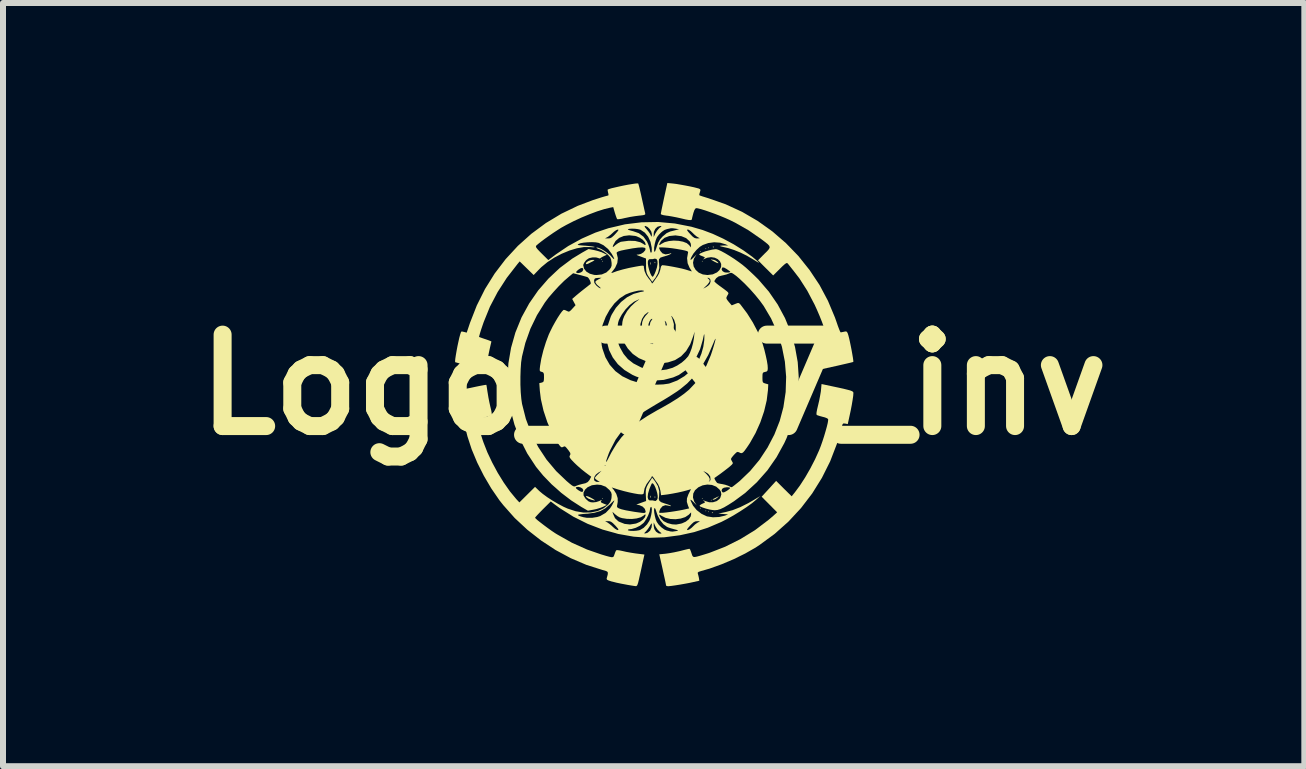
<source format=kicad_pcb>
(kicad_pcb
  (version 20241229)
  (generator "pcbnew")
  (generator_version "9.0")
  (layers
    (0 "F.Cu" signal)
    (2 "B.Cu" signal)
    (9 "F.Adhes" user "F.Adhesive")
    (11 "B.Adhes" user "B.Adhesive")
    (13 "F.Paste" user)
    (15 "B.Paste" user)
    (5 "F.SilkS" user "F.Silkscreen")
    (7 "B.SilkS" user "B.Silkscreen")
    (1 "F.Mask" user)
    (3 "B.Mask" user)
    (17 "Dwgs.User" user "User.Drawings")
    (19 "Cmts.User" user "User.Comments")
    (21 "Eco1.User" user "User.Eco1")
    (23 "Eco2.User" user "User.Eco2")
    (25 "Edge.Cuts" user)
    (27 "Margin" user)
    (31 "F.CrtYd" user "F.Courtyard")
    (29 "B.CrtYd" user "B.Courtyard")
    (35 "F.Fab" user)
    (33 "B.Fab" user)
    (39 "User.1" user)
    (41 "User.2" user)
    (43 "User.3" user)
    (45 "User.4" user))
  (footprint "Logo_7x7_inv"
    (layer "F.Cu")
    (at 7.845 3.362)
    (property "Reference" "Logo_7x7_inv" (at 0 0 0) (layer "F.SilkS") (effects (font (size 1.524 1.524) (thickness 0.3))))
    (attr board_only exclude_from_pos_files exclude_from_bom)
    (fp_poly (pts (xy -0.862 -2.088) (xy -0.869 -2.081) (xy -0.877 -2.088) (xy -0.869 -2.096)) (stroke (width 0) (type solid)) (fill yes) (layer "F.SilkS"))
    (fp_poly (pts (xy -0.847 -2.058) (xy -0.855 -2.051) (xy -0.862 -2.058) (xy -0.855 -2.066)) (stroke (width 0) (type solid)) (fill yes) (layer "F.SilkS"))
    (fp_poly (pts (xy -0.847 1.895) (xy -0.855 1.902) (xy -0.862 1.895) (xy -0.855 1.888)) (stroke (width 0) (type solid)) (fill yes) (layer "F.SilkS"))
    (fp_poly (pts (xy 0.788 -2.222) (xy 0.78 -2.215) (xy 0.773 -2.222) (xy 0.78 -2.229)) (stroke (width 0) (type solid)) (fill yes) (layer "F.SilkS"))
    (fp_poly (pts (xy 0.788 2.058) (xy 0.78 2.066) (xy 0.773 2.058) (xy 0.78 2.051)) (stroke (width 0) (type solid)) (fill yes) (layer "F.SilkS"))
    (fp_poly (pts (xy 0.817 -2.058) (xy 0.81 -2.051) (xy 0.803 -2.058) (xy 0.81 -2.066)) (stroke (width 0) (type solid)) (fill yes) (layer "F.SilkS"))
    (fp_poly (pts (xy 0.817 1.895) (xy 0.81 1.902) (xy 0.803 1.895) (xy 0.81 1.888)) (stroke (width 0) (type solid)) (fill yes) (layer "F.SilkS"))
    (fp_poly (pts (xy 0.877 -2.267) (xy 0.869 -2.259) (xy 0.862 -2.267) (xy 0.869 -2.274)) (stroke (width 0) (type solid)) (fill yes) (layer "F.SilkS"))
    (fp_poly (pts (xy 0.877 2.103) (xy 0.869 2.11) (xy 0.862 2.103) (xy 0.869 2.096)) (stroke (width 0) (type solid)) (fill yes) (layer "F.SilkS"))
    (fp_poly (pts (xy 0.921 -2.281) (xy 0.914 -2.274) (xy 0.907 -2.281) (xy 0.914 -2.289)) (stroke (width 0) (type solid)) (fill yes) (layer "F.SilkS"))
    (fp_poly (pts (xy 0.921 2.118) (xy 0.914 2.125) (xy 0.907 2.118) (xy 0.914 2.11)) (stroke (width 0) (type solid)) (fill yes) (layer "F.SilkS"))
    (fp_poly (pts (xy 0.966 1.925) (xy 0.959 1.932) (xy 0.951 1.925) (xy 0.959 1.917)) (stroke (width 0) (type solid)) (fill yes) (layer "F.SilkS"))
    (fp_poly (pts (xy -0.05 -2.04) (xy -0.048 -2.009) (xy -0.05 -2.003) (xy -0.055 -2.001) (xy -0.057 -2.021) (xy -0.055 -2.042)) (stroke (width 0) (type solid)) (fill yes) (layer "F.SilkS"))
    (fp_poly (pts (xy -0.049 1.855) (xy -0.048 1.878) (xy -0.05 1.884) (xy -0.057 1.879) (xy -0.058 1.864) (xy -0.055 1.848)) (stroke (width 0) (type solid)) (fill yes) (layer "F.SilkS"))
    (fp_poly (pts (xy 0.025 -2.046) (xy 0.027 -2.028) (xy 0.025 -2.026) (xy 0.016 -2.028) (xy 0.015 -2.036) (xy 0.02 -2.048)) (stroke (width 0) (type solid)) (fill yes) (layer "F.SilkS"))
    (fp_poly (pts (xy 0.025 1.863) (xy 0.027 1.88) (xy 0.025 1.883) (xy 0.016 1.881) (xy 0.015 1.873) (xy 0.02 1.86)) (stroke (width 0) (type solid)) (fill yes) (layer "F.SilkS"))
    (fp_poly (pts (xy 0.991 2.13) (xy 0.989 2.139) (xy 0.981 2.14) (xy 0.969 2.135) (xy 0.971 2.13) (xy 0.989 2.129)) (stroke (width 0) (type solid)) (fill yes) (layer "F.SilkS"))
    (fp_poly (pts (xy 1.006 -2.299) (xy 1.004 -2.29) (xy 0.996 -2.289) (xy 0.984 -2.294) (xy 0.986 -2.299) (xy 1.004 -2.301)) (stroke (width 0) (type solid)) (fill yes) (layer "F.SilkS"))
    (fp_poly (pts (xy 1.057 1.887) (xy 1.025 1.909) (xy 0.999 1.917) (xy 0.982 1.914) (xy 0.982 1.912) (xy 0.998 1.902) (xy 1.031 1.886) (xy 1.04 1.881) (xy 1.092 1.856)) (stroke (width 0) (type solid)) (fill yes) (layer "F.SilkS"))
    (fp_poly (pts (xy -0.993 -2.079) (xy -0.988 -2.074) (xy -1.006 -2.062) (xy -1.04 -2.044) (xy -1.088 -2.019) (xy -1.115 -2.009) (xy -1.127 -2.011) (xy -1.13 -2.02) (xy -1.117 -2.043) (xy -1.085 -2.063) (xy -1.044 -2.077) (xy -1.018 -2.08)) (stroke (width 0) (type solid)) (fill yes) (layer "F.SilkS"))
    (fp_poly (pts (xy 0.956 -2.089) (xy 0.99 -2.082) (xy 1.003 -2.081) (xy 1.027 -2.072) (xy 1.057 -2.052) (xy 1.079 -2.03) (xy 1.077 -2.024) (xy 1.053 -2.031) (xy 1.01 -2.052) (xy 0.996 -2.06) (xy 0.964 -2.079) (xy 0.951 -2.089)) (stroke (width 0) (type solid)) (fill yes) (layer "F.SilkS"))
    (fp_poly (pts (xy -1.087 1.865) (xy -1.055 1.88) (xy -1.015 1.902) (xy -0.988 1.919) (xy -0.981 1.925) (xy -0.985 1.931) (xy -1 1.927) (xy -1.033 1.919) (xy -1.037 1.918) (xy -1.085 1.9) (xy -1.118 1.877) (xy -1.13 1.856) (xy -1.118 1.855)) (stroke (width 0) (type solid)) (fill yes) (layer "F.SilkS"))
    (fp_poly (pts (xy 2.963 0.024) (xy 3.076 0.048) (xy 3.163 0.067) (xy 3.227 0.083) (xy 3.273 0.095) (xy 3.302 0.106) (xy 3.319 0.116) (xy 3.327 0.126) (xy 3.329 0.137) (xy 3.329 0.139) (xy 3.326 0.185) (xy 3.316 0.253) (xy 3.302 0.337) (xy 3.284 0.431) (xy 3.267 0.51) (xy 3.235 0.657) (xy 3.193 0.648) (xy 3.162 0.646) (xy 3.147 0.662) (xy 3.142 0.68) (xy 3.054 0.986) (xy 2.942 1.277) (xy 2.804 1.553) (xy 2.642 1.813) (xy 2.456 2.056) (xy 2.247 2.281) (xy 2.017 2.486) (xy 1.765 2.671) (xy 1.697 2.716) (xy 1.525 2.814) (xy 1.334 2.908) (xy 1.133 2.993) (xy 0.933 3.065) (xy 0.79 3.106) (xy 0.75 3.119) (xy 0.734 3.133) (xy 0.736 3.148) (xy 0.745 3.181) (xy 0.754 3.22) (xy 0.761 3.267) (xy 0.659 3.29) (xy 0.594 3.304) (xy 0.519 3.318) (xy 0.439 3.332) (xy 0.364 3.344) (xy 0.3 3.353) (xy 0.254 3.358) (xy 0.242 3.359) (xy 0.215 3.355) (xy 0.208 3.348) (xy 0.204 3.33) (xy 0.196 3.289) (xy 0.183 3.228) (xy 0.166 3.153) (xy 0.151 3.082) (xy 0.094 2.827) (xy 0.199 2.817) (xy 0.262 2.808) (xy 0.34 2.794) (xy 0.419 2.777) (xy 0.445 2.771) (xy 0.506 2.755) (xy 0.556 2.743) (xy 0.589 2.736) (xy 0.597 2.735) (xy 0.608 2.748) (xy 0.621 2.781) (xy 0.629 2.805) (xy 0.643 2.847) (xy 0.657 2.867) (xy 0.677 2.872) (xy 0.692 2.871) (xy 0.722 2.865) (xy 0.773 2.851) (xy 0.839 2.831) (xy 0.913 2.808) (xy 0.934 2.801) (xy 1.191 2.701) (xy 1.443 2.575) (xy 1.686 2.426) (xy 1.912 2.255) (xy 1.992 2.187) (xy 2.058 2.127) (xy 1.929 1.997) (xy 1.8 1.867) (xy 1.921 1.735) (xy 2.041 1.603) (xy 2.17 1.732) (xy 2.3 1.86) (xy 2.352 1.796) (xy 2.438 1.68) (xy 2.526 1.544) (xy 2.611 1.396) (xy 2.69 1.243) (xy 2.757 1.095) (xy 2.786 1.021) (xy 2.814 0.941) (xy 2.841 0.858) (xy 2.865 0.776) (xy 2.886 0.701) (xy 2.901 0.639) (xy 2.908 0.594) (xy 2.908 0.574) (xy 2.891 0.56) (xy 2.854 0.545) (xy 2.819 0.536) (xy 2.771 0.523) (xy 2.734 0.511) (xy 2.72 0.505) (xy 2.713 0.492) (xy 2.715 0.46) (xy 2.725 0.408) (xy 2.741 0.341) (xy 2.759 0.264) (xy 2.774 0.185) (xy 2.786 0.116) (xy 2.789 0.088) (xy 2.798 -0.011)) (stroke (width 0) (type solid)) (fill yes) (layer "F.SilkS"))
    (fp_poly (pts (xy 0.322 -3.353) (xy 0.378 -3.346) (xy 0.449 -3.334) (xy 0.527 -3.32) (xy 0.605 -3.305) (xy 0.674 -3.29) (xy 0.728 -3.276) (xy 0.754 -3.269) (xy 0.775 -3.257) (xy 0.779 -3.238) (xy 0.771 -3.21) (xy 0.761 -3.177) (xy 0.761 -3.158) (xy 0.761 -3.158) (xy 0.777 -3.151) (xy 0.815 -3.138) (xy 0.87 -3.121) (xy 0.915 -3.107) (xy 1.2 -3.007) (xy 1.474 -2.881) (xy 1.733 -2.73) (xy 1.977 -2.556) (xy 2.203 -2.361) (xy 2.411 -2.146) (xy 2.598 -1.912) (xy 2.764 -1.663) (xy 2.905 -1.398) (xy 3.022 -1.119) (xy 3.047 -1.048) (xy 3.07 -0.981) (xy 3.091 -0.925) (xy 3.107 -0.887) (xy 3.117 -0.872) (xy 3.117 -0.872) (xy 3.139 -0.876) (xy 3.174 -0.883) (xy 3.176 -0.884) (xy 3.203 -0.888) (xy 3.22 -0.882) (xy 3.233 -0.86) (xy 3.247 -0.816) (xy 3.247 -0.815) (xy 3.258 -0.773) (xy 3.271 -0.715) (xy 3.285 -0.647) (xy 3.299 -0.576) (xy 3.311 -0.508) (xy 3.321 -0.449) (xy 3.327 -0.405) (xy 3.328 -0.382) (xy 3.327 -0.38) (xy 3.312 -0.375) (xy 3.272 -0.365) (xy 3.212 -0.351) (xy 3.138 -0.334) (xy 3.06 -0.316) (xy 2.798 -0.258) (xy 2.788 -0.363) (xy 2.78 -0.429) (xy 2.766 -0.509) (xy 2.751 -0.587) (xy 2.748 -0.599) (xy 2.735 -0.657) (xy 2.726 -0.703) (xy 2.722 -0.73) (xy 2.722 -0.734) (xy 2.738 -0.74) (xy 2.773 -0.751) (xy 2.802 -0.76) (xy 2.845 -0.774) (xy 2.866 -0.788) (xy 2.872 -0.807) (xy 2.871 -0.826) (xy 2.86 -0.88) (xy 2.838 -0.955) (xy 2.806 -1.045) (xy 2.766 -1.145) (xy 2.721 -1.25) (xy 2.682 -1.335) (xy 2.56 -1.567) (xy 2.428 -1.773) (xy 2.335 -1.894) (xy 2.296 -1.943) (xy 2.262 -1.986) (xy 2.239 -2.015) (xy 2.234 -2.021) (xy 2.223 -2.028) (xy 2.208 -2.025) (xy 2.183 -2.007) (xy 2.145 -1.973) (xy 2.104 -1.932) (xy 1.992 -1.821) (xy 1.865 -1.947) (xy 1.739 -2.073) (xy 1.845 -2.18) (xy 1.892 -2.226) (xy 1.921 -2.26) (xy 1.934 -2.287) (xy 1.928 -2.313) (xy 1.902 -2.342) (xy 1.855 -2.38) (xy 1.794 -2.426) (xy 1.582 -2.573) (xy 1.355 -2.702) (xy 1.266 -2.746) (xy 1.194 -2.778) (xy 1.112 -2.812) (xy 1.025 -2.846) (xy 0.939 -2.877) (xy 0.858 -2.905) (xy 0.79 -2.926) (xy 0.738 -2.939) (xy 0.714 -2.943) (xy 0.694 -2.935) (xy 0.678 -2.908) (xy 0.662 -2.862) (xy 0.65 -2.816) (xy 0.641 -2.78) (xy 0.639 -2.767) (xy 0.635 -2.751) (xy 0.618 -2.744) (xy 0.586 -2.745) (xy 0.534 -2.754) (xy 0.458 -2.772) (xy 0.382 -2.789) (xy 0.305 -2.804) (xy 0.239 -2.815) (xy 0.212 -2.818) (xy 0.162 -2.826) (xy 0.129 -2.836) (xy 0.119 -2.845) (xy 0.122 -2.864) (xy 0.13 -2.907) (xy 0.143 -2.969) (xy 0.159 -3.045) (xy 0.173 -3.112) (xy 0.228 -3.362)) (stroke (width 0) (type solid)) (fill yes) (layer "F.SilkS"))
    (fp_poly (pts (xy -0.257 -3.353) (xy -0.252 -3.337) (xy -0.241 -3.297) (xy -0.227 -3.238) (xy -0.21 -3.166) (xy -0.2 -3.119) (xy -0.182 -3.038) (xy -0.166 -2.966) (xy -0.153 -2.907) (xy -0.144 -2.869) (xy -0.142 -2.859) (xy -0.14 -2.843) (xy -0.149 -2.833) (xy -0.174 -2.826) (xy -0.221 -2.82) (xy -0.242 -2.818) (xy -0.312 -2.809) (xy -0.393 -2.796) (xy -0.469 -2.78) (xy -0.475 -2.779) (xy -0.532 -2.766) (xy -0.578 -2.759) (xy -0.605 -2.759) (xy -0.609 -2.76) (xy -0.618 -2.78) (xy -0.632 -2.819) (xy -0.647 -2.866) (xy -0.674 -2.96) (xy -0.727 -2.95) (xy -0.825 -2.926) (xy -0.942 -2.889) (xy -1.07 -2.841) (xy -1.203 -2.786) (xy -1.335 -2.725) (xy -1.458 -2.662) (xy -1.544 -2.614) (xy -1.605 -2.575) (xy -1.674 -2.53) (xy -1.746 -2.48) (xy -1.815 -2.431) (xy -1.876 -2.385) (xy -1.924 -2.347) (xy -1.954 -2.321) (xy -1.958 -2.317) (xy -1.963 -2.303) (xy -1.956 -2.284) (xy -1.934 -2.256) (xy -1.895 -2.215) (xy -1.866 -2.186) (xy -1.756 -2.077) (xy -1.627 -2.174) (xy -1.424 -2.311) (xy -1.202 -2.433) (xy -1.189 -2.439) (xy -0.81 -2.439) (xy -0.759 -2.438) (xy -0.727 -2.441) (xy -0.698 -2.456) (xy -0.663 -2.487) (xy -0.639 -2.512) (xy -0.604 -2.552) (xy -0.588 -2.575) (xy -0.59 -2.585) (xy -0.599 -2.586) (xy -0.625 -2.576) (xy -0.661 -2.551) (xy -0.68 -2.533) (xy -0.72 -2.497) (xy -0.758 -2.468) (xy -0.771 -2.46) (xy -0.81 -2.439) (xy -1.189 -2.439) (xy -0.971 -2.535) (xy -0.811 -2.589) (xy -0.431 -2.589) (xy -0.418 -2.58) (xy -0.383 -2.569) (xy -0.341 -2.558) (xy -0.247 -2.525) (xy -0.17 -2.467) (xy -0.112 -2.387) (xy -0.09 -2.339) (xy -0.073 -2.289) (xy -0.062 -2.247) (xy -0.059 -2.229) (xy -0.052 -2.205) (xy -0.043 -2.2) (xy -0.033 -2.212) (xy -0.032 -2.24) (xy 0.007 -2.24) (xy 0.009 -2.223) (xy 0.017 -2.214) (xy 0.026 -2.227) (xy 0.04 -2.265) (xy 0.05 -2.296) (xy 0.061 -2.328) (xy 0.092 -2.328) (xy 0.108 -2.332) (xy 0.127 -2.346) (xy 0.183 -2.376) (xy 0.254 -2.394) (xy 0.333 -2.402) (xy 0.414 -2.398) (xy 0.489 -2.384) (xy 0.551 -2.36) (xy 0.592 -2.326) (xy 0.597 -2.319) (xy 0.617 -2.288) (xy 0.622 -2.32) (xy 0.617 -2.355) (xy 0.599 -2.39) (xy 0.541 -2.443) (xy 0.463 -2.475) (xy 0.367 -2.488) (xy 0.357 -2.488) (xy 0.26 -2.478) (xy 0.183 -2.449) (xy 0.128 -2.402) (xy 0.117 -2.387) (xy 0.095 -2.346) (xy 0.092 -2.328) (xy 0.061 -2.328) (xy 0.075 -2.367) (xy 0.107 -2.422) (xy 0.148 -2.469) (xy 0.216 -2.526) (xy 0.275 -2.553) (xy 0.326 -2.566) (xy 0.373 -2.578) (xy 0.379 -2.58) (xy 0.391 -2.583) (xy 0.557 -2.583) (xy 0.56 -2.569) (xy 0.581 -2.542) (xy 0.608 -2.512) (xy 0.647 -2.471) (xy 0.677 -2.448) (xy 0.706 -2.439) (xy 0.728 -2.438) (xy 0.761 -2.44) (xy 0.766 -2.443) (xy 0.748 -2.452) (xy 0.744 -2.454) (xy 0.713 -2.473) (xy 0.674 -2.506) (xy 0.653 -2.527) (xy 0.618 -2.56) (xy 0.585 -2.582) (xy 0.57 -2.586) (xy 0.557 -2.583) (xy 0.391 -2.583) (xy 0.424 -2.591) (xy 0.366 -2.601) (xy 0.322 -2.607) (xy 0.288 -2.608) (xy 0.284 -2.607) (xy 0.224 -2.594) (xy 0.183 -2.58) (xy 0.149 -2.558) (xy 0.126 -2.539) (xy 0.088 -2.501) (xy 0.058 -2.462) (xy 0.051 -2.45) (xy 0.033 -2.403) (xy 0.018 -2.345) (xy 0.008 -2.287) (xy 0.007 -2.24) (xy -0.032 -2.24) (xy -0.031 -2.25) (xy -0.033 -2.286) (xy -0.053 -2.381) (xy -0.092 -2.466) (xy -0.147 -2.534) (xy -0.214 -2.579) (xy -0.228 -2.585) (xy -0.262 -2.593) (xy -0.308 -2.599) (xy -0.357 -2.601) (xy -0.399 -2.599) (xy -0.426 -2.594) (xy -0.431 -2.589) (xy -0.811 -2.589) (xy -0.754 -2.608) (xy -0.617 -2.64) (xy -0.152 -2.64) (xy -0.143 -2.622) (xy -0.115 -2.588) (xy -0.083 -2.548) (xy -0.059 -2.512) (xy -0.053 -2.499) (xy -0.041 -2.471) (xy -0.033 -2.473) (xy -0.03 -2.504) (xy -0.03 -2.513) (xy -0.031 -2.516) (xy 0.000327 -2.516) (xy 0.001 -2.46) (xy 0.028 -2.52) (xy 0.056 -2.566) (xy 0.09 -2.606) (xy 0.098 -2.613) (xy 0.125 -2.634) (xy 0.13 -2.643) (xy 0.113 -2.645) (xy 0.107 -2.645) (xy 0.063 -2.632) (xy 0.027 -2.597) (xy 0.004 -2.549) (xy 0.000327 -2.516) (xy -0.031 -2.516) (xy -0.04 -2.553) (xy -0.067 -2.595) (xy -0.102 -2.629) (xy -0.137 -2.645) (xy -0.142 -2.646) (xy -0.152 -2.64) (xy -0.617 -2.64) (xy -0.478 -2.673) (xy -0.201 -2.707) (xy 0.076 -2.712) (xy 0.353 -2.687) (xy 0.628 -2.633) (xy 0.817 -2.578) (xy 0.986 -2.514) (xy 1.161 -2.433) (xy 1.334 -2.34) (xy 1.497 -2.238) (xy 1.644 -2.132) (xy 1.711 -2.076) (xy 1.743 -2.047) (xy 1.755 -2.033) (xy 1.746 -2.035) (xy 1.715 -2.053) (xy 1.66 -2.087) (xy 1.65 -2.093) (xy 1.553 -2.15) (xy 1.447 -2.202) (xy 1.341 -2.245) (xy 1.246 -2.276) (xy 1.215 -2.283) (xy 1.162 -2.295) (xy 1.122 -2.305) (xy 1.102 -2.312) (xy 1.101 -2.312) (xy 1.111 -2.316) (xy 1.142 -2.319) (xy 1.168 -2.32) (xy 1.241 -2.321) (xy 1.196 -2.341) (xy 1.107 -2.367) (xy 1.008 -2.374) (xy 0.91 -2.361) (xy 0.82 -2.329) (xy 0.769 -2.298) (xy 0.713 -2.246) (xy 0.662 -2.185) (xy 0.626 -2.123) (xy 0.616 -2.096) (xy 0.614 -2.081) (xy 0.624 -2.083) (xy 0.648 -2.104) (xy 0.678 -2.134) (xy 0.707 -2.163) (xy 0.719 -2.175) (xy 0.713 -2.167) (xy 0.708 -2.161) (xy 0.669 -2.098) (xy 0.656 -2.033) (xy 0.667 -1.97) (xy 0.7 -1.914) (xy 0.751 -1.868) (xy 0.819 -1.838) (xy 0.896 -1.828) (xy 0.985 -1.839) (xy 1.056 -1.872) (xy 1.097 -1.91) (xy 1.104 -1.924) (xy 1.132 -1.924) (xy 1.146 -1.895) (xy 1.176 -1.875) (xy 1.206 -1.869) (xy 1.241 -1.869) (xy 1.269 -1.874) (xy 1.278 -1.882) (xy 1.267 -1.892) (xy 1.238 -1.913) (xy 1.218 -1.927) (xy 1.176 -1.951) (xy 1.15 -1.955) (xy 1.142 -1.95) (xy 1.132 -1.924) (xy 1.104 -1.924) (xy 1.124 -1.962) (xy 1.125 -2.012) (xy 1.105 -2.057) (xy 1.068 -2.093) (xy 1.017 -2.117) (xy 0.957 -2.126) (xy 0.892 -2.116) (xy 0.858 -2.102) (xy 0.829 -2.089) (xy 0.825 -2.09) (xy 0.837 -2.101) (xy 0.852 -2.116) (xy 0.848 -2.126) (xy 0.819 -2.139) (xy 0.811 -2.142) (xy 0.777 -2.156) (xy 0.759 -2.169) (xy 0.758 -2.171) (xy 0.771 -2.185) (xy 0.807 -2.202) (xy 0.857 -2.221) (xy 0.915 -2.237) (xy 0.974 -2.251) (xy 1.025 -2.258) (xy 1.042 -2.259) (xy 1.074 -2.25) (xy 1.125 -2.227) (xy 1.19 -2.192) (xy 1.265 -2.147) (xy 1.343 -2.097) (xy 1.421 -2.042) (xy 1.479 -1.999) (xy 1.536 -1.952) (xy 1.604 -1.89) (xy 1.676 -1.822) (xy 1.743 -1.756) (xy 1.748 -1.751) (xy 1.92 -1.551) (xy 2.067 -1.337) (xy 2.189 -1.11) (xy 2.286 -0.873) (xy 2.356 -0.628) (xy 2.401 -0.377) (xy 2.418 -0.123) (xy 2.409 0.134) (xy 2.373 0.389) (xy 2.309 0.641) (xy 2.216 0.889) (xy 2.177 0.974) (xy 2.048 1.209) (xy 1.896 1.427) (xy 1.72 1.626) (xy 1.525 1.805) (xy 1.338 1.943) (xy 1.246 2.002) (xy 1.173 2.045) (xy 1.113 2.073) (xy 1.063 2.088) (xy 1.017 2.092) (xy 0.989 2.09) (xy 0.933 2.081) (xy 0.874 2.066) (xy 0.821 2.049) (xy 0.781 2.033) (xy 0.765 2.02) (xy 0.772 2.007) (xy 0.799 1.99) (xy 0.812 1.984) (xy 0.846 1.969) (xy 0.856 1.958) (xy 0.846 1.945) (xy 0.838 1.939) (xy 0.823 1.925) (xy 0.828 1.925) (xy 0.857 1.939) (xy 0.858 1.939) (xy 0.924 1.959) (xy 0.991 1.959) (xy 1.051 1.94) (xy 1.097 1.905) (xy 1.112 1.881) (xy 1.128 1.828) (xy 1.12 1.783) (xy 1.11 1.767) (xy 1.132 1.767) (xy 1.135 1.776) (xy 1.148 1.794) (xy 1.171 1.795) (xy 1.208 1.776) (xy 1.226 1.765) (xy 1.264 1.737) (xy 1.275 1.72) (xy 1.258 1.711) (xy 1.221 1.709) (xy 1.171 1.717) (xy 1.14 1.737) (xy 1.132 1.767) (xy 1.11 1.767) (xy 1.097 1.747) (xy 1.042 1.699) (xy 0.972 1.671) (xy 0.895 1.664) (xy 0.817 1.677) (xy 0.745 1.71) (xy 0.689 1.759) (xy 0.66 1.814) (xy 0.655 1.879) (xy 0.674 1.945) (xy 0.708 1.997) (xy 0.719 2.011) (xy 0.712 2.005) (xy 0.688 1.981) (xy 0.678 1.971) (xy 0.641 1.934) (xy 0.62 1.917) (xy 0.614 1.92) (xy 0.616 1.933) (xy 0.656 2.016) (xy 0.718 2.091) (xy 0.797 2.152) (xy 0.884 2.193) (xy 0.89 2.195) (xy 0.988 2.21) (xy 1.092 2.205) (xy 1.189 2.182) (xy 1.241 2.162) (xy 1.159 2.155) (xy 1.078 2.148) (xy 1.202 2.122) (xy 1.316 2.091) (xy 1.443 2.041) (xy 1.577 1.974) (xy 1.679 1.915) (xy 1.776 1.856) (xy 1.709 1.917) (xy 1.638 1.976) (xy 1.546 2.042) (xy 1.441 2.111) (xy 1.33 2.179) (xy 1.219 2.241) (xy 1.129 2.287) (xy 0.902 2.384) (xy 0.675 2.457) (xy 0.439 2.509) (xy 0.188 2.542) (xy 0.183 2.543) (xy -0.073 2.552) (xy -0.333 2.533) (xy -0.593 2.487) (xy -0.641 2.473) (xy -0.156 2.473) (xy -0.15 2.481) (xy -0.122 2.475) (xy -0.099 2.466) (xy -0.059 2.432) (xy -0.035 2.379) (xy -0.032 2.353) (xy 0.000327 2.353) (xy 0.011 2.406) (xy 0.04 2.45) (xy 0.08 2.477) (xy 0.107 2.482) (xy 0.128 2.48) (xy 0.128 2.473) (xy 0.106 2.455) (xy 0.098 2.449) (xy 0.065 2.415) (xy 0.034 2.369) (xy 0.028 2.357) (xy 0.001 2.296) (xy 0.000327 2.353) (xy -0.032 2.353) (xy -0.03 2.336) (xy -0.031 2.315) (xy -0.037 2.313) (xy -0.052 2.334) (xy -0.067 2.361) (xy -0.096 2.405) (xy -0.126 2.442) (xy -0.137 2.453) (xy -0.156 2.473) (xy -0.641 2.473) (xy -0.85 2.415) (xy -1.1 2.319) (xy -1.188 2.275) (xy -0.81 2.275) (xy -0.771 2.296) (xy -0.737 2.32) (xy -0.696 2.354) (xy -0.68 2.37) (xy -0.644 2.401) (xy -0.611 2.42) (xy -0.599 2.423) (xy -0.431 2.423) (xy -0.418 2.431) (xy -0.384 2.436) (xy -0.338 2.437) (xy -0.289 2.434) (xy -0.246 2.427) (xy -0.228 2.422) (xy -0.167 2.386) (xy -0.111 2.329) (xy -0.071 2.268) (xy -0.055 2.226) (xy -0.042 2.175) (xy -0.033 2.123) (xy -0.031 2.088) (xy 0.006 2.088) (xy 0.01 2.135) (xy 0.02 2.19) (xy 0.034 2.244) (xy 0.051 2.286) (xy 0.083 2.332) (xy 0.129 2.378) (xy 0.179 2.414) (xy 0.219 2.431) (xy 0.255 2.439) (xy 0.275 2.445) (xy 0.314 2.449) (xy 0.373 2.44) (xy 0.379 2.439) (xy 0.402 2.433) (xy 0.405 2.427) (xy 0.385 2.42) (xy 0.35 2.411) (xy 0.557 2.411) (xy 0.559 2.421) (xy 0.569 2.423) (xy 0.596 2.412) (xy 0.631 2.386) (xy 0.651 2.367) (xy 0.689 2.33) (xy 0.727 2.302) (xy 0.742 2.294) (xy 0.766 2.282) (xy 0.766 2.277) (xy 0.739 2.275) (xy 0.728 2.275) (xy 0.696 2.278) (xy 0.668 2.291) (xy 0.635 2.32) (xy 0.608 2.348) (xy 0.573 2.388) (xy 0.557 2.411) (xy 0.35 2.411) (xy 0.342 2.409) (xy 0.288 2.394) (xy 0.241 2.378) (xy 0.221 2.369) (xy 0.163 2.326) (xy 0.111 2.262) (xy 0.069 2.184) (xy 0.064 2.17) (xy 0.091 2.17) (xy 0.101 2.195) (xy 0.123 2.231) (xy 0.166 2.275) (xy 0.229 2.306) (xy 0.231 2.307) (xy 0.307 2.327) (xy 0.375 2.331) (xy 0.449 2.317) (xy 0.472 2.311) (xy 0.535 2.283) (xy 0.586 2.243) (xy 0.617 2.196) (xy 0.624 2.162) (xy 0.624 2.128) (xy 0.583 2.169) (xy 0.526 2.207) (xy 0.451 2.231) (xy 0.366 2.242) (xy 0.279 2.238) (xy 0.198 2.219) (xy 0.132 2.186) (xy 0.131 2.185) (xy 0.101 2.167) (xy 0.091 2.17) (xy 0.064 2.17) (xy 0.05 2.132) (xy 0.033 2.081) (xy 0.021 2.057) (xy 0.011 2.059) (xy 0.011 2.059) (xy 0.006 2.088) (xy -0.031 2.088) (xy -0.03 2.077) (xy -0.034 2.046) (xy -0.043 2.036) (xy -0.056 2.049) (xy -0.059 2.065) (xy -0.068 2.115) (xy -0.091 2.177) (xy -0.123 2.24) (xy -0.159 2.293) (xy -0.173 2.308) (xy -0.229 2.351) (xy -0.298 2.385) (xy -0.366 2.405) (xy -0.397 2.408) (xy -0.423 2.413) (xy -0.431 2.423) (xy -0.599 2.423) (xy -0.587 2.418) (xy -0.592 2.403) (xy -0.616 2.374) (xy -0.639 2.348) (xy -0.68 2.307) (xy -0.711 2.284) (xy -0.741 2.275) (xy -0.759 2.275) (xy -0.81 2.275) (xy -1.188 2.275) (xy -1.34 2.199) (xy -1.384 2.171) (xy -1.263 2.171) (xy -1.25 2.183) (xy -1.216 2.196) (xy -1.169 2.209) (xy -1.117 2.218) (xy -1.107 2.219) (xy -1.026 2.219) (xy -0.94 2.205) (xy -0.893 2.19) (xy -0.801 2.137) (xy -0.782 2.118) (xy -0.687 2.118) (xy -0.676 2.155) (xy -0.644 2.225) (xy -0.591 2.275) (xy -0.576 2.284) (xy -0.484 2.32) (xy -0.395 2.33) (xy -0.299 2.315) (xy -0.286 2.311) (xy -0.229 2.286) (xy -0.18 2.25) (xy -0.146 2.21) (xy -0.134 2.174) (xy -0.138 2.161) (xy -0.153 2.168) (xy -0.168 2.182) (xy -0.215 2.21) (xy -0.283 2.229) (xy -0.362 2.238) (xy -0.446 2.236) (xy -0.525 2.224) (xy -0.565 2.212) (xy -0.601 2.192) (xy -0.64 2.162) (xy -0.645 2.158) (xy -0.687 2.118) (xy -0.782 2.118) (xy -0.727 2.061) (xy -0.698 2.017) (xy -0.675 1.974) (xy -0.659 1.942) (xy -0.654 1.929) (xy -0.664 1.934) (xy -0.689 1.956) (xy -0.724 1.99) (xy -0.732 1.998) (xy -0.807 2.061) (xy -0.889 2.106) (xy -0.985 2.134) (xy -1.1 2.15) (xy -1.126 2.151) (xy -1.186 2.156) (xy -1.232 2.162) (xy -1.259 2.168) (xy -1.263 2.171) (xy -1.384 2.171) (xy -1.566 2.057) (xy -1.648 1.997) (xy -1.715 1.946) (xy -1.846 2.076) (xy -1.896 2.127) (xy -1.937 2.17) (xy -1.965 2.201) (xy -1.977 2.217) (xy -1.977 2.217) (xy -1.965 2.232) (xy -1.934 2.26) (xy -1.887 2.297) (xy -1.83 2.341) (xy -1.768 2.387) (xy -1.704 2.433) (xy -1.643 2.474) (xy -1.609 2.495) (xy -1.363 2.634) (xy -1.111 2.747) (xy -0.877 2.828) (xy -0.797 2.852) (xy -0.741 2.867) (xy -0.704 2.875) (xy -0.681 2.874) (xy -0.668 2.865) (xy -0.66 2.848) (xy -0.653 2.828) (xy -0.639 2.789) (xy -0.627 2.763) (xy -0.624 2.76) (xy -0.605 2.757) (xy -0.567 2.762) (xy -0.519 2.772) (xy -0.458 2.786) (xy -0.381 2.8) (xy -0.305 2.812) (xy -0.289 2.814) (xy -0.154 2.831) (xy -0.187 2.98) (xy -0.204 3.06) (xy -0.223 3.145) (xy -0.24 3.22) (xy -0.245 3.244) (xy -0.26 3.305) (xy -0.273 3.341) (xy -0.287 3.356) (xy -0.295 3.358) (xy -0.32 3.355) (xy -0.366 3.348) (xy -0.426 3.338) (xy -0.468 3.33) (xy -0.543 3.316) (xy -0.619 3.3) (xy -0.682 3.284) (xy -0.704 3.279) (xy -0.752 3.263) (xy -0.776 3.251) (xy -0.784 3.236) (xy -0.781 3.221) (xy -0.766 3.166) (xy -0.763 3.133) (xy -0.775 3.114) (xy -0.808 3.1) (xy -0.857 3.087) (xy -1.121 3.003) (xy -1.381 2.892) (xy -1.634 2.756) (xy -1.876 2.597) (xy -2.105 2.418) (xy -2.316 2.222) (xy -2.505 2.009) (xy -2.571 1.926) (xy -2.707 1.728) (xy -2.831 1.517) (xy -2.941 1.298) (xy -3.033 1.078) (xy -3.104 0.861) (xy -3.144 0.702) (xy -3.155 0.668) (xy -3.173 0.656) (xy -3.185 0.657) (xy -3.202 0.654) (xy -3.217 0.639) (xy -3.232 0.607) (xy -3.247 0.556) (xy -3.263 0.482) (xy -3.281 0.383) (xy -3.285 0.359) (xy -3.301 0.273) (xy -3.311 0.209) (xy -3.313 0.164) (xy -3.304 0.132) (xy -3.28 0.11) (xy -3.238 0.094) (xy -3.176 0.078) (xy -3.089 0.06) (xy -3.053 0.053) (xy -2.97 0.035) (xy -2.897 0.02) (xy -2.839 0.009) (xy -2.801 0.003) (xy -2.789 0.002) (xy -2.785 0.018) (xy -2.779 0.057) (xy -2.771 0.111) (xy -2.767 0.135) (xy -2.754 0.214) (xy -2.737 0.3) (xy -2.72 0.376) (xy -2.719 0.379) (xy -2.706 0.434) (xy -2.699 0.478) (xy -2.699 0.503) (xy -2.7 0.506) (xy -2.72 0.515) (xy -2.76 0.529) (xy -2.812 0.545) (xy -2.822 0.548) (xy -2.875 0.563) (xy -2.916 0.576) (xy -2.937 0.584) (xy -2.938 0.585) (xy -2.938 0.602) (xy -2.93 0.642) (xy -2.916 0.699) (xy -2.898 0.768) (xy -2.876 0.841) (xy -2.853 0.915) (xy -2.837 0.961) (xy -2.772 1.127) (xy -2.691 1.298) (xy -2.599 1.469) (xy -2.499 1.631) (xy -2.395 1.779) (xy -2.292 1.904) (xy -2.283 1.914) (xy -2.238 1.962) (xy -2.107 1.832) (xy -1.977 1.703) (xy -1.906 1.772) (xy -1.85 1.819) (xy -1.775 1.874) (xy -1.687 1.931) (xy -1.593 1.986) (xy -1.503 2.034) (xy -1.434 2.065) (xy -1.3 2.109) (xy -1.17 2.131) (xy -1.046 2.129) (xy -0.933 2.106) (xy -0.834 2.06) (xy -0.759 2) (xy -0.723 1.955) (xy -0.706 1.906) (xy -0.702 1.877) (xy -0.7 1.828) (xy -0.709 1.794) (xy -0.733 1.76) (xy -0.737 1.755) (xy -0.786 1.712) (xy -0.699 1.712) (xy -0.663 1.755) (xy -0.623 1.819) (xy -0.6 1.89) (xy -0.599 1.952) (xy -0.606 1.995) (xy -0.612 2.027) (xy -0.606 2.045) (xy -0.581 2.061) (xy -0.535 2.077) (xy -0.464 2.094) (xy -0.367 2.111) (xy -0.327 2.118) (xy -0.249 2.129) (xy -0.195 2.136) (xy -0.161 2.138) (xy -0.143 2.134) (xy -0.135 2.124) (xy -0.134 2.112) (xy -0.147 2.07) (xy -0.182 2.033) (xy -0.232 2.01) (xy -0.238 2.008) (xy -0.289 1.998) (xy -0.208 1.968) (xy -0.126 1.939) (xy -0.129 1.873) (xy -0.1 1.873) (xy -0.091 1.911) (xy -0.068 1.929) (xy -0.052 1.928) (xy -0.017 1.928) (xy 0.001 1.933) (xy 0.032 1.939) (xy 0.056 1.918) (xy 0.067 1.889) (xy 0.067 1.853) (xy 0.059 1.806) (xy 0.044 1.755) (xy 0.026 1.707) (xy 0.006 1.668) (xy -0.013 1.645) (xy -0.029 1.644) (xy -0.029 1.644) (xy -0.04 1.664) (xy -0.057 1.703) (xy -0.074 1.746) (xy -0.094 1.816) (xy -0.1 1.873) (xy -0.129 1.873) (xy -0.131 1.835) (xy -0.132 1.783) (xy -0.128 1.743) (xy -0.117 1.706) (xy -0.096 1.663) (xy -0.061 1.607) (xy -0.053 1.594) (xy -0.024 1.549) (xy 0.025 1.613) (xy 0.071 1.692) (xy 0.093 1.776) (xy 0.091 1.857) (xy 0.09 1.861) (xy 0.085 1.904) (xy 0.095 1.935) (xy 0.125 1.958) (xy 0.18 1.978) (xy 0.196 1.983) (xy 0.243 1.998) (xy 0.277 2.012) (xy 0.289 2.02) (xy 0.283 2.025) (xy 0.258 2.019) (xy 0.255 2.018) (xy 0.196 2.008) (xy 0.147 2.026) (xy 0.11 2.069) (xy 0.108 2.074) (xy 0.095 2.109) (xy 0.092 2.131) (xy 0.093 2.134) (xy 0.111 2.136) (xy 0.153 2.135) (xy 0.212 2.129) (xy 0.281 2.12) (xy 0.354 2.109) (xy 0.426 2.097) (xy 0.484 2.086) (xy 0.591 2.062) (xy 0.571 2.012) (xy 0.553 1.952) (xy 0.555 1.894) (xy 0.578 1.829) (xy 0.586 1.813) (xy 0.622 1.741) (xy 0.552 1.762) (xy 0.487 1.779) (xy 0.403 1.798) (xy 0.314 1.815) (xy 0.23 1.829) (xy 0.191 1.834) (xy 0.123 1.842) (xy 0.113 1.77) (xy 0.098 1.712) (xy 0.074 1.659) (xy 0.067 1.648) (xy 0.034 1.603) (xy 0.004 1.558) (xy 0.000295 1.553) (xy -0.019 1.529) (xy -0.029 1.524) (xy -0.03 1.527) (xy -0.039 1.548) (xy -0.062 1.581) (xy -0.074 1.596) (xy -0.119 1.658) (xy -0.151 1.726) (xy -0.163 1.786) (xy -0.163 1.79) (xy -0.168 1.817) (xy -0.188 1.827) (xy -0.209 1.828) (xy -0.258 1.824) (xy -0.327 1.812) (xy -0.408 1.795) (xy -0.494 1.774) (xy -0.576 1.751) (xy -0.591 1.747) (xy -0.699 1.712) (xy -0.786 1.712) (xy -0.8 1.7) (xy -0.878 1.671) (xy -0.944 1.665) (xy -1.03 1.676) (xy -1.101 1.709) (xy -1.142 1.747) (xy -1.169 1.797) (xy -1.169 1.845) (xy -1.14 1.894) (xy -1.124 1.911) (xy -1.085 1.945) (xy -1.048 1.959) (xy -1.011 1.962) (xy -0.958 1.956) (xy -0.908 1.94) (xy -0.902 1.937) (xy -0.873 1.923) (xy -0.865 1.923) (xy -0.874 1.936) (xy -0.882 1.952) (xy -0.871 1.965) (xy -0.837 1.981) (xy -0.781 2.003) (xy -0.842 2.034) (xy -0.89 2.053) (xy -0.952 2.072) (xy -0.999 2.082) (xy -1.096 2.1) (xy -1.206 2.037) (xy -1.374 1.929) (xy -1.541 1.802) (xy -1.635 1.718) (xy -1.299 1.718) (xy -1.288 1.734) (xy -1.255 1.759) (xy -1.212 1.784) (xy -1.186 1.787) (xy -1.175 1.768) (xy -1.174 1.754) (xy -1.187 1.731) (xy -1.218 1.712) (xy -1.256 1.702) (xy -1.288 1.707) (xy -1.289 1.707) (xy -1.299 1.718) (xy -1.635 1.718) (xy -1.699 1.662) (xy -1.842 1.514) (xy -1.96 1.37) (xy -2.107 1.146) (xy -2.227 0.91) (xy -2.32 0.666) (xy -2.387 0.415) (xy -2.426 0.159) (xy -2.437 -0.1) (xy -2.435 -0.132) (xy -2.221 -0.132) (xy -2.221 -0.001) (xy -2.216 0.124) (xy -2.206 0.237) (xy -2.194 0.319) (xy -2.13 0.571) (xy -2.04 0.811) (xy -1.925 1.037) (xy -1.786 1.248) (xy -1.625 1.44) (xy -1.451 1.606) (xy -1.398 1.651) (xy -1.362 1.679) (xy -1.337 1.693) (xy -1.318 1.696) (xy -1.301 1.691) (xy -1.294 1.687) (xy -1.253 1.671) (xy -1.203 1.658) (xy -1.196 1.656) (xy -1.136 1.642) (xy -1.098 1.622) (xy -1.071 1.59) (xy -1.063 1.577) (xy -1.062 1.573) (xy -0.995 1.573) (xy -0.985 1.603) (xy -0.955 1.618) (xy -0.941 1.62) (xy -0.899 1.619) (xy -0.94 1.594) (xy -0.968 1.573) (xy -0.981 1.556) (xy -0.981 1.555) (xy -0.971 1.538) (xy -0.946 1.509) (xy -0.925 1.489) (xy -0.872 1.438) (xy 0.826 1.438) (xy 0.881 1.49) (xy 0.917 1.532) (xy 0.935 1.571) (xy 0.932 1.6) (xy 0.921 1.61) (xy 0.918 1.615) (xy 0.925 1.614) (xy 0.942 1.598) (xy 0.948 1.579) (xy 0.942 1.529) (xy 0.908 1.485) (xy 0.873 1.462) (xy 0.826 1.438) (xy -0.872 1.438) (xy -0.869 1.435) (xy -0.921 1.465) (xy -0.963 1.498) (xy -0.988 1.537) (xy -0.995 1.573) (xy -1.062 1.573) (xy -1.041 1.534) (xy -1.141 1.459) (xy -1.204 1.409) (xy -1.271 1.35) (xy -1.277 1.345) (xy -0.817 1.345) (xy -0.81 1.352) (xy -0.803 1.345) (xy -0.81 1.338) (xy -0.817 1.345) (xy -1.277 1.345) (xy -1.328 1.296) (xy -1.338 1.285) (xy -0.794 1.285) (xy -0.788 1.285) (xy -0.772 1.26) (xy -0.746 1.21) (xy -0.708 1.136) (xy -0.661 1.056) (xy -0.616 0.984) (xy -0.613 0.979) (xy -0.539 0.88) (xy -0.454 0.787) (xy -0.355 0.698) (xy -0.239 0.61) (xy -0.103 0.521) (xy 0.058 0.427) (xy 0.119 0.394) (xy 0.272 0.307) (xy 0.4 0.227) (xy 0.506 0.152) (xy 0.59 0.083) (xy 0.696 -0.029) (xy 0.794 -0.166) (xy 0.881 -0.322) (xy 0.953 -0.493) (xy 0.977 -0.565) (xy 1.001 -0.643) (xy 1.018 -0.703) (xy 1.029 -0.745) (xy 1.031 -0.765) (xy 1.026 -0.763) (xy 1.013 -0.735) (xy 0.998 -0.699) (xy 0.91 -0.495) (xy 0.808 -0.316) (xy 0.692 -0.159) (xy 0.559 -0.021) (xy 0.446 0.072) (xy 0.392 0.111) (xy 0.32 0.158) (xy 0.237 0.211) (xy 0.153 0.262) (xy 0.118 0.282) (xy 0.035 0.331) (xy -0.048 0.381) (xy -0.125 0.428) (xy -0.187 0.467) (xy -0.208 0.481) (xy -0.374 0.609) (xy -0.516 0.753) (xy -0.634 0.916) (xy -0.727 1.095) (xy -0.748 1.144) (xy -0.773 1.213) (xy -0.789 1.261) (xy -0.794 1.285) (xy -1.338 1.285) (xy -1.37 1.252) (xy -1.394 1.222) (xy -1.403 1.202) (xy -1.4 1.186) (xy -1.396 1.178) (xy -1.387 1.157) (xy -1.392 1.135) (xy -1.413 1.103) (xy -1.425 1.087) (xy -1.456 1.049) (xy -1.475 1.031) (xy -1.49 1.028) (xy -1.51 1.037) (xy -1.515 1.04) (xy -1.533 1.044) (xy -1.551 1.033) (xy -1.575 1.004) (xy -1.595 0.975) (xy -1.691 0.809) (xy -1.772 0.626) (xy -1.836 0.433) (xy -1.88 0.241) (xy -1.897 0.103) (xy -1.906 -0.026) (xy -1.867 -0.035) (xy -1.844 -0.044) (xy -1.833 -0.059) (xy -1.829 -0.09) (xy -1.828 -0.125) (xy -1.829 -0.172) (xy -1.836 -0.197) (xy -1.85 -0.209) (xy -1.866 -0.214) (xy -1.888 -0.221) (xy -1.898 -0.234) (xy -1.899 -0.26) (xy -1.894 -0.307) (xy -1.894 -0.309) (xy -1.873 -0.433) (xy -1.839 -0.571) (xy -1.796 -0.709) (xy -1.774 -0.768) (xy -0.875 -0.768) (xy -0.866 -0.657) (xy -0.854 -0.601) (xy -0.804 -0.457) (xy -0.732 -0.332) (xy -0.639 -0.227) (xy -0.523 -0.141) (xy -0.384 -0.074) (xy -0.244 -0.031) (xy -0.153 -0.014) (xy -0.048 -0.004) (xy 0.059 -0.001) (xy 0.16 -0.005) (xy 0.245 -0.017) (xy 0.266 -0.022) (xy 0.393 -0.07) (xy 0.513 -0.142) (xy 0.621 -0.233) (xy 0.709 -0.34) (xy 0.754 -0.416) (xy 0.796 -0.518) (xy 0.827 -0.63) (xy 0.843 -0.74) (xy 0.845 -0.795) (xy 0.845 -0.829) (xy 0.843 -0.842) (xy 0.838 -0.834) (xy 0.83 -0.8) (xy 0.818 -0.743) (xy 0.774 -0.593) (xy 0.71 -0.457) (xy 0.628 -0.338) (xy 0.53 -0.239) (xy 0.419 -0.162) (xy 0.324 -0.121) (xy 0.167 -0.08) (xy 0.013 -0.069) (xy -0.138 -0.087) (xy -0.289 -0.135) (xy -0.354 -0.164) (xy -0.487 -0.245) (xy -0.597 -0.342) (xy -0.682 -0.454) (xy -0.743 -0.577) (xy -0.777 -0.709) (xy -0.784 -0.848) (xy -0.781 -0.869) (xy -0.602 -0.869) (xy -0.601 -0.794) (xy -0.598 -0.74) (xy -0.591 -0.698) (xy -0.579 -0.66) (xy -0.561 -0.619) (xy -0.501 -0.512) (xy -0.429 -0.426) (xy -0.339 -0.356) (xy -0.338 -0.355) (xy -0.206 -0.287) (xy -0.068 -0.247) (xy 0.074 -0.235) (xy 0.216 -0.253) (xy 0.316 -0.282) (xy 0.392 -0.319) (xy 0.468 -0.369) (xy 0.534 -0.426) (xy 0.576 -0.475) (xy 0.605 -0.531) (xy 0.633 -0.606) (xy 0.656 -0.691) (xy 0.671 -0.776) (xy 0.674 -0.803) (xy 0.682 -0.884) (xy 0.66 -0.81) (xy 0.609 -0.673) (xy 0.541 -0.561) (xy 0.457 -0.473) (xy 0.356 -0.41) (xy 0.239 -0.372) (xy 0.144 -0.359) (xy 0.003 -0.364) (xy -0.128 -0.392) (xy -0.246 -0.442) (xy -0.348 -0.513) (xy -0.431 -0.603) (xy -0.479 -0.68) (xy -0.502 -0.73) (xy -0.516 -0.771) (xy -0.524 -0.814) (xy -0.527 -0.867) (xy -0.527 -0.921) (xy -0.527 -0.959) (xy -0.225 -0.959) (xy -0.212 -0.867) (xy -0.175 -0.789) (xy -0.119 -0.727) (xy -0.047 -0.685) (xy 0.036 -0.664) (xy 0.126 -0.668) (xy 0.187 -0.684) (xy 0.237 -0.714) (xy 0.289 -0.76) (xy 0.332 -0.815) (xy 0.342 -0.834) (xy 0.368 -0.914) (xy 0.367 -0.999) (xy 0.341 -1.082) (xy 0.306 -1.137) (xy 0.295 -1.148) (xy 0.296 -1.137) (xy 0.311 -1.102) (xy 0.312 -1.1) (xy 0.337 -1.011) (xy 0.334 -0.926) (xy 0.303 -0.849) (xy 0.246 -0.783) (xy 0.221 -0.764) (xy 0.145 -0.727) (xy 0.066 -0.716) (xy -0.011 -0.729) (xy -0.08 -0.763) (xy -0.137 -0.814) (xy -0.178 -0.882) (xy -0.196 -0.963) (xy -0.197 -0.981) (xy -0.089 -0.981) (xy -0.08 -0.927) (xy -0.057 -0.875) (xy -0.025 -0.838) (xy -0.019 -0.833) (xy 0.028 -0.82) (xy 0.085 -0.821) (xy 0.14 -0.835) (xy 0.146 -0.839) (xy 0.189 -0.875) (xy 0.215 -0.926) (xy 0.223 -0.983) (xy 0.21 -1.035) (xy 0.201 -1.049) (xy 0.187 -1.065) (xy 0.185 -1.06) (xy 0.195 -1.03) (xy 0.195 -1.029) (xy 0.201 -0.971) (xy 0.184 -0.921) (xy 0.149 -0.882) (xy 0.103 -0.857) (xy 0.051 -0.85) (xy -0.001 -0.864) (xy -0.038 -0.893) (xy -0.061 -0.937) (xy -0.066 -0.991) (xy -0.054 -1.044) (xy -0.038 -1.069) (xy -0.023 -1.091) (xy -0.026 -1.1) (xy -0.026 -1.1) (xy -0.048 -1.087) (xy -0.069 -1.055) (xy -0.085 -1.013) (xy -0.089 -0.981) (xy -0.197 -0.981) (xy -0.197 -0.981) (xy -0.191 -1.044) (xy -0.172 -1.096) (xy -0.134 -1.15) (xy -0.113 -1.172) (xy -0.089 -1.201) (xy -0.086 -1.211) (xy -0.097 -1.207) (xy -0.152 -1.163) (xy -0.194 -1.098) (xy -0.219 -1.019) (xy -0.225 -0.959) (xy -0.527 -0.959) (xy -0.526 -0.993) (xy -0.521 -1.046) (xy -0.511 -1.09) (xy -0.493 -1.137) (xy -0.484 -1.155) (xy -0.441 -1.229) (xy -0.379 -1.305) (xy -0.309 -1.371) (xy -0.259 -1.408) (xy -0.239 -1.421) (xy -0.244 -1.421) (xy -0.26 -1.416) (xy -0.329 -1.382) (xy -0.401 -1.326) (xy -0.47 -1.254) (xy -0.53 -1.171) (xy -0.561 -1.115) (xy -0.58 -1.075) (xy -0.591 -1.039) (xy -0.598 -0.999) (xy -0.601 -0.945) (xy -0.602 -0.87) (xy -0.602 -0.869) (xy -0.781 -0.869) (xy -0.764 -0.99) (xy -0.715 -1.135) (xy -0.699 -1.169) (xy -0.63 -1.281) (xy -0.543 -1.379) (xy -0.443 -1.458) (xy -0.334 -1.514) (xy -0.222 -1.545) (xy -0.22 -1.545) (xy -0.176 -1.553) (xy -0.16 -1.56) (xy -0.167 -1.567) (xy -0.204 -1.572) (xy -0.259 -1.567) (xy -0.326 -1.552) (xy -0.396 -1.532) (xy -0.461 -1.506) (xy -0.471 -1.501) (xy -0.565 -1.44) (xy -0.654 -1.355) (xy -0.733 -1.25) (xy -0.799 -1.132) (xy -0.848 -1.006) (xy -0.855 -0.981) (xy -0.872 -0.881) (xy -0.875 -0.768) (xy -1.774 -0.768) (xy -1.748 -0.837) (xy -1.725 -0.886) (xy -1.685 -0.967) (xy -1.642 -1.045) (xy -1.6 -1.116) (xy -1.561 -1.176) (xy -1.528 -1.221) (xy -1.504 -1.245) (xy -1.496 -1.248) (xy -1.471 -1.241) (xy -1.443 -1.228) (xy -1.421 -1.218) (xy -1.402 -1.222) (xy -1.378 -1.242) (xy -1.355 -1.267) (xy -1.302 -1.325) (xy -1.33 -1.377) (xy -1.358 -1.429) (xy -1.3 -1.48) (xy -1.257 -1.516) (xy -1.203 -1.56) (xy -1.152 -1.6) (xy -1.151 -1.601) (xy 0.826 -1.601) (xy 0.873 -1.626) (xy 0.91 -1.651) (xy 0.936 -1.679) (xy 0.937 -1.68) (xy 0.949 -1.722) (xy 0.949 -1.723) (xy 1.011 -1.723) (xy 1.022 -1.71) (xy 1.051 -1.684) (xy 1.094 -1.651) (xy 1.104 -1.644) (xy 1.167 -1.598) (xy 1.209 -1.566) (xy 1.234 -1.545) (xy 1.245 -1.529) (xy 1.245 -1.516) (xy 1.237 -1.501) (xy 1.228 -1.486) (xy 1.214 -1.459) (xy 1.212 -1.439) (xy 1.224 -1.415) (xy 1.25 -1.382) (xy 1.278 -1.349) (xy 1.297 -1.327) (xy 1.301 -1.323) (xy 1.315 -1.328) (xy 1.347 -1.341) (xy 1.361 -1.347) (xy 1.398 -1.361) (xy 1.42 -1.361) (xy 1.44 -1.344) (xy 1.453 -1.328) (xy 1.557 -1.19) (xy 1.652 -1.039) (xy 1.735 -0.882) (xy 1.799 -0.73) (xy 1.818 -0.676) (xy 1.845 -0.583) (xy 1.868 -0.488) (xy 1.887 -0.4) (xy 1.899 -0.325) (xy 1.902 -0.275) (xy 1.899 -0.239) (xy 1.885 -0.221) (xy 1.858 -0.213) (xy 1.833 -0.207) (xy 1.819 -0.194) (xy 1.814 -0.168) (xy 1.813 -0.12) (xy 1.813 -0.119) (xy 1.814 -0.071) (xy 1.819 -0.044) (xy 1.833 -0.03) (xy 1.86 -0.02) (xy 1.862 -0.02) (xy 1.91 -0.006) (xy 1.905 0.09) (xy 1.884 0.262) (xy 1.841 0.443) (xy 1.778 0.627) (xy 1.698 0.806) (xy 1.603 0.974) (xy 1.552 1.05) (xy 1.515 1.101) (xy 1.489 1.13) (xy 1.467 1.141) (xy 1.445 1.138) (xy 1.423 1.127) (xy 1.402 1.12) (xy 1.383 1.126) (xy 1.357 1.15) (xy 1.335 1.173) (xy 1.304 1.21) (xy 1.29 1.233) (xy 1.291 1.251) (xy 1.304 1.273) (xy 1.304 1.274) (xy 1.317 1.297) (xy 1.318 1.315) (xy 1.301 1.335) (xy 1.27 1.363) (xy 1.229 1.396) (xy 1.172 1.44) (xy 1.108 1.488) (xy 1.043 1.534) (xy 1.013 1.555) (xy 1.015 1.569) (xy 1.028 1.595) (xy 1.046 1.622) (xy 1.06 1.638) (xy 1.084 1.646) (xy 1.124 1.654) (xy 1.144 1.657) (xy 1.194 1.668) (xy 1.238 1.683) (xy 1.248 1.687) (xy 1.28 1.703) (xy 1.299 1.709) (xy 1.315 1.7) (xy 1.348 1.675) (xy 1.393 1.639) (xy 1.435 1.605) (xy 1.607 1.44) (xy 1.763 1.253) (xy 1.898 1.048) (xy 2.012 0.83) (xy 2.101 0.604) (xy 2.162 0.376) (xy 2.2 0.122) (xy 2.208 -0.132) (xy 2.187 -0.384) (xy 2.138 -0.631) (xy 2.061 -0.872) (xy 1.957 -1.104) (xy 1.834 -1.312) (xy 1.77 -1.4) (xy 1.691 -1.497) (xy 1.605 -1.594) (xy 1.516 -1.686) (xy 1.432 -1.765) (xy 1.376 -1.813) (xy 1.332 -1.845) (xy 1.304 -1.862) (xy 1.284 -1.865) (xy 1.262 -1.857) (xy 1.253 -1.853) (xy 1.212 -1.837) (xy 1.159 -1.824) (xy 1.14 -1.82) (xy 1.081 -1.804) (xy 1.042 -1.775) (xy 1.04 -1.772) (xy 1.02 -1.743) (xy 1.011 -1.724) (xy 1.011 -1.723) (xy 0.949 -1.723) (xy 0.943 -1.758) (xy 0.921 -1.779) (xy 0.914 -1.78) (xy 0.894 -1.782) (xy 0.901 -1.774) (xy 0.91 -1.768) (xy 0.933 -1.744) (xy 0.93 -1.713) (xy 0.9 -1.672) (xy 0.881 -1.653) (xy 0.826 -1.601) (xy -1.151 -1.601) (xy -1.107 -1.635) (xy -1.072 -1.663) (xy -1.051 -1.679) (xy -1.05 -1.68) (xy -1.049 -1.699) (xy -1.059 -1.73) (xy -1.061 -1.735) (xy -0.993 -1.735) (xy -0.989 -1.698) (xy -0.964 -1.663) (xy -0.951 -1.649) (xy -0.918 -1.622) (xy -0.892 -1.607) (xy -0.886 -1.606) (xy -0.885 -1.613) (xy -0.904 -1.632) (xy -0.911 -1.637) (xy -0.944 -1.666) (xy -0.966 -1.695) (xy -0.967 -1.695) (xy -0.972 -1.715) (xy -0.96 -1.732) (xy -0.925 -1.753) (xy -0.869 -1.783) (xy -0.929 -1.78) (xy -0.968 -1.775) (xy -0.986 -1.763) (xy -0.993 -1.736) (xy -0.993 -1.735) (xy -1.061 -1.735) (xy -1.076 -1.763) (xy -1.095 -1.788) (xy -1.099 -1.79) (xy -1.119 -1.798) (xy -1.161 -1.81) (xy -1.214 -1.825) (xy -1.228 -1.828) (xy -1.342 -1.858) (xy -1.41 -1.802) (xy -1.491 -1.732) (xy -1.58 -1.644) (xy -1.669 -1.547) (xy -1.752 -1.451) (xy -1.815 -1.367) (xy -1.945 -1.159) (xy -2.054 -0.934) (xy -2.139 -0.696) (xy -2.195 -0.468) (xy -2.209 -0.374) (xy -2.217 -0.259) (xy -2.221 -0.132) (xy -2.435 -0.132) (xy -2.421 -0.358) (xy -2.377 -0.615) (xy -2.305 -0.869) (xy -2.205 -1.115) (xy -2.2 -1.126) (xy -2.074 -1.356) (xy -1.925 -1.571) (xy -1.753 -1.769) (xy -1.635 -1.88) (xy -1.292 -1.88) (xy -1.29 -1.868) (xy -1.29 -1.868) (xy -1.264 -1.86) (xy -1.24 -1.863) (xy -1.212 -1.872) (xy -1.187 -1.89) (xy -1.174 -1.916) (xy -1.176 -1.938) (xy -1.194 -1.947) (xy -1.218 -1.94) (xy -1.248 -1.922) (xy -1.275 -1.9) (xy -1.292 -1.88) (xy -1.635 -1.88) (xy -1.563 -1.947) (xy -1.356 -2.102) (xy -1.193 -2.201) (xy -1.086 -2.261) (xy -0.993 -2.244) (xy -0.932 -2.229) (xy -0.872 -2.21) (xy -0.841 -2.196) (xy -0.78 -2.166) (xy -0.832 -2.142) (xy -0.867 -2.124) (xy -0.888 -2.109) (xy -0.889 -2.107) (xy -0.904 -2.104) (xy -0.925 -2.112) (xy -0.958 -2.121) (xy -1.005 -2.122) (xy -1.023 -2.121) (xy -1.079 -2.108) (xy -1.12 -2.08) (xy -1.133 -2.067) (xy -1.159 -2.031) (xy -1.173 -1.999) (xy -1.174 -1.992) (xy -1.16 -1.934) (xy -1.122 -1.885) (xy -1.064 -1.85) (xy -0.991 -1.83) (xy -0.952 -1.828) (xy -0.863 -1.838) (xy -0.809 -1.862) (xy -0.705 -1.862) (xy -0.691 -1.864) (xy -0.691 -1.864) (xy -0.612 -1.893) (xy -0.515 -1.921) (xy -0.416 -1.945) (xy -0.376 -1.953) (xy -0.293 -1.969) (xy -0.235 -1.979) (xy -0.197 -1.984) (xy -0.176 -1.984) (xy -0.166 -1.979) (xy -0.163 -1.969) (xy -0.163 -1.954) (xy -0.152 -1.894) (xy -0.123 -1.827) (xy -0.079 -1.764) (xy -0.074 -1.759) (xy -0.047 -1.725) (xy -0.031 -1.697) (xy -0.03 -1.69) (xy -0.023 -1.689) (xy -0.006 -1.708) (xy 0.000295 -1.717) (xy 0.03 -1.76) (xy 0.063 -1.806) (xy 0.066 -1.811) (xy 0.092 -1.858) (xy 0.11 -1.914) (xy 0.112 -1.926) (xy 0.123 -1.971) (xy 0.139 -1.99) (xy 0.147 -1.992) (xy 0.188 -1.988) (xy 0.249 -1.979) (xy 0.322 -1.966) (xy 0.398 -1.951) (xy 0.469 -1.936) (xy 0.526 -1.921) (xy 0.536 -1.918) (xy 0.585 -1.903) (xy 0.621 -1.892) (xy 0.636 -1.888) (xy 0.63 -1.899) (xy 0.613 -1.927) (xy 0.598 -1.95) (xy 0.566 -2.025) (xy 0.557 -2.11) (xy 0.57 -2.186) (xy 0.574 -2.205) (xy 0.571 -2.217) (xy 0.555 -2.227) (xy 0.52 -2.237) (xy 0.463 -2.249) (xy 0.451 -2.251) (xy 0.382 -2.263) (xy 0.309 -2.274) (xy 0.238 -2.282) (xy 0.174 -2.287) (xy 0.125 -2.289) (xy 0.095 -2.287) (xy 0.089 -2.283) (xy 0.095 -2.264) (xy 0.111 -2.231) (xy 0.112 -2.229) (xy 0.147 -2.189) (xy 0.197 -2.172) (xy 0.255 -2.181) (xy 0.285 -2.191) (xy 0.297 -2.191) (xy 0.297 -2.191) (xy 0.284 -2.179) (xy 0.252 -2.163) (xy 0.21 -2.148) (xy 0.168 -2.136) (xy 0.16 -2.134) (xy 0.112 -2.118) (xy 0.088 -2.088) (xy 0.087 -2.041) (xy 0.09 -2.023) (xy 0.094 -1.945) (xy 0.073 -1.862) (xy 0.03 -1.783) (xy 0.025 -1.777) (xy -0.023 -1.714) (xy -0.075 -1.788) (xy -0.101 -1.828) (xy -0.116 -1.862) (xy -0.124 -1.899) (xy -0.127 -1.951) (xy -0.127 -1.983) (xy -0.127 -2.015) (xy -0.097 -2.015) (xy -0.089 -1.966) (xy -0.075 -1.912) (xy -0.058 -1.861) (xy -0.039 -1.821) (xy -0.021 -1.8) (xy -0.016 -1.798) (xy -0.004 -1.811) (xy 0.014 -1.844) (xy 0.031 -1.884) (xy 0.054 -1.953) (xy 0.065 -2.015) (xy 0.063 -2.064) (xy 0.048 -2.093) (xy 0.045 -2.095) (xy 0.018 -2.102) (xy 0.009 -2.099) (xy -0.017 -2.093) (xy -0.047 -2.093) (xy -0.077 -2.09) (xy -0.092 -2.07) (xy -0.097 -2.051) (xy -0.097 -2.015) (xy -0.127 -2.015) (xy -0.128 -2.103) (xy -0.216 -2.136) (xy -0.262 -2.153) (xy -0.282 -2.163) (xy -0.28 -2.168) (xy -0.256 -2.169) (xy -0.256 -2.169) (xy -0.212 -2.18) (xy -0.171 -2.206) (xy -0.142 -2.239) (xy -0.134 -2.266) (xy -0.148 -2.282) (xy -0.189 -2.289) (xy -0.259 -2.285) (xy -0.355 -2.272) (xy -0.381 -2.267) (xy -0.474 -2.25) (xy -0.541 -2.236) (xy -0.585 -2.223) (xy -0.61 -2.21) (xy -0.618 -2.197) (xy -0.616 -2.188) (xy -0.597 -2.11) (xy -0.606 -2.029) (xy -0.642 -1.949) (xy -0.674 -1.906) (xy -0.699 -1.875) (xy -0.705 -1.862) (xy -0.809 -1.862) (xy -0.791 -1.869) (xy -0.737 -1.918) (xy -0.712 -1.953) (xy -0.701 -1.985) (xy -0.701 -2.029) (xy -0.703 -2.043) (xy -0.71 -2.088) (xy -0.724 -2.122) (xy -0.753 -2.156) (xy -0.777 -2.178) (xy -0.825 -2.215) (xy -0.878 -2.247) (xy -0.907 -2.259) (xy -0.94 -2.272) (xy -0.955 -2.283) (xy -0.953 -2.286) (xy -0.924 -2.283) (xy -0.88 -2.265) (xy -0.828 -2.236) (xy -0.776 -2.2) (xy -0.73 -2.162) (xy -0.714 -2.145) (xy -0.678 -2.106) (xy -0.66 -2.092) (xy -0.658 -2.101) (xy -0.673 -2.135) (xy -0.699 -2.181) (xy -0.759 -2.261) (xy -0.804 -2.298) (xy -0.682 -2.298) (xy -0.678 -2.294) (xy -0.659 -2.308) (xy -0.635 -2.329) (xy -0.593 -2.359) (xy -0.552 -2.38) (xy -0.54 -2.383) (xy -0.415 -2.399) (xy -0.309 -2.396) (xy -0.222 -2.374) (xy -0.175 -2.348) (xy -0.147 -2.329) (xy -0.136 -2.329) (xy -0.134 -2.342) (xy -0.147 -2.377) (xy -0.181 -2.415) (xy -0.23 -2.449) (xy -0.286 -2.474) (xy -0.31 -2.48) (xy -0.408 -2.49) (xy -0.498 -2.479) (xy -0.575 -2.447) (xy -0.635 -2.396) (xy -0.673 -2.329) (xy -0.677 -2.319) (xy -0.682 -2.298) (xy -0.804 -2.298) (xy -0.837 -2.325) (xy -0.917 -2.364) (xy -0.964 -2.373) (xy -1.027 -2.376) (xy -1.097 -2.374) (xy -1.165 -2.368) (xy -1.22 -2.358) (xy -1.248 -2.347) (xy -1.263 -2.338) (xy -1.265 -2.331) (xy -1.248 -2.326) (xy -1.21 -2.322) (xy -1.147 -2.317) (xy -1.14 -2.317) (xy -1.077 -2.311) (xy -1.025 -2.305) (xy -0.992 -2.299) (xy -0.984 -2.296) (xy -0.991 -2.291) (xy -1.021 -2.291) (xy -1.059 -2.294) (xy -1.162 -2.294) (xy -1.279 -2.274) (xy -1.404 -2.236) (xy -1.532 -2.183) (xy -1.656 -2.118) (xy -1.772 -2.042) (xy -1.873 -1.959) (xy -1.91 -1.922) (xy -2 -1.828) (xy -2.233 -2.055) (xy -2.269 -2.012) (xy -2.449 -1.78) (xy -2.601 -1.544) (xy -2.729 -1.3) (xy -2.833 -1.044) (xy -2.854 -0.983) (xy -2.877 -0.915) (xy -2.895 -0.857) (xy -2.906 -0.816) (xy -2.911 -0.797) (xy -2.91 -0.796) (xy -2.895 -0.79) (xy -2.859 -0.777) (xy -2.809 -0.76) (xy -2.805 -0.759) (xy -2.756 -0.742) (xy -2.72 -0.728) (xy -2.705 -0.721) (xy -2.705 -0.721) (xy -2.708 -0.705) (xy -2.717 -0.667) (xy -2.729 -0.614) (xy -2.734 -0.592) (xy -2.75 -0.517) (xy -2.764 -0.435) (xy -2.773 -0.364) (xy -2.774 -0.361) (xy -2.779 -0.309) (xy -2.783 -0.27) (xy -2.786 -0.253) (xy -2.787 -0.253) (xy -2.805 -0.256) (xy -2.847 -0.265) (xy -2.905 -0.278) (xy -2.974 -0.294) (xy -3.049 -0.311) (xy -3.124 -0.329) (xy -3.193 -0.345) (xy -3.25 -0.359) (xy -3.29 -0.37) (xy -3.308 -0.375) (xy -3.308 -0.375) (xy -3.31 -0.394) (xy -3.306 -0.435) (xy -3.297 -0.494) (xy -3.285 -0.564) (xy -3.271 -0.639) (xy -3.255 -0.713) (xy -3.24 -0.781) (xy -3.225 -0.836) (xy -3.213 -0.873) (xy -3.207 -0.885) (xy -3.19 -0.886) (xy -3.159 -0.879) (xy -3.116 -0.868) (xy -3.061 -1.032) (xy -2.948 -1.321) (xy -2.811 -1.595) (xy -2.65 -1.853) (xy -2.467 -2.093) (xy -2.263 -2.314) (xy -2.039 -2.515) (xy -1.797 -2.694) (xy -1.538 -2.85) (xy -1.263 -2.982) (xy -1.012 -3.077) (xy -0.934 -3.102) (xy -0.865 -3.124) (xy -0.81 -3.14) (xy -0.776 -3.149) (xy -0.767 -3.151) (xy -0.753 -3.157) (xy -0.754 -3.179) (xy -0.759 -3.198) (xy -0.766 -3.232) (xy -0.767 -3.251) (xy -0.766 -3.252) (xy -0.746 -3.261) (xy -0.703 -3.274) (xy -0.643 -3.288) (xy -0.573 -3.304) (xy -0.498 -3.32) (xy -0.424 -3.334) (xy -0.357 -3.345) (xy -0.303 -3.353) (xy -0.267 -3.355)) (stroke (width 0) (type solid)) (fill yes) (layer "F.SilkS")))
  (gr_rect
    (start -3 -3)
    (end 18.69 9.721)
    (stroke (width 0.1) (type default))
    (fill no)
    (layer "Edge.Cuts")))
</source>
